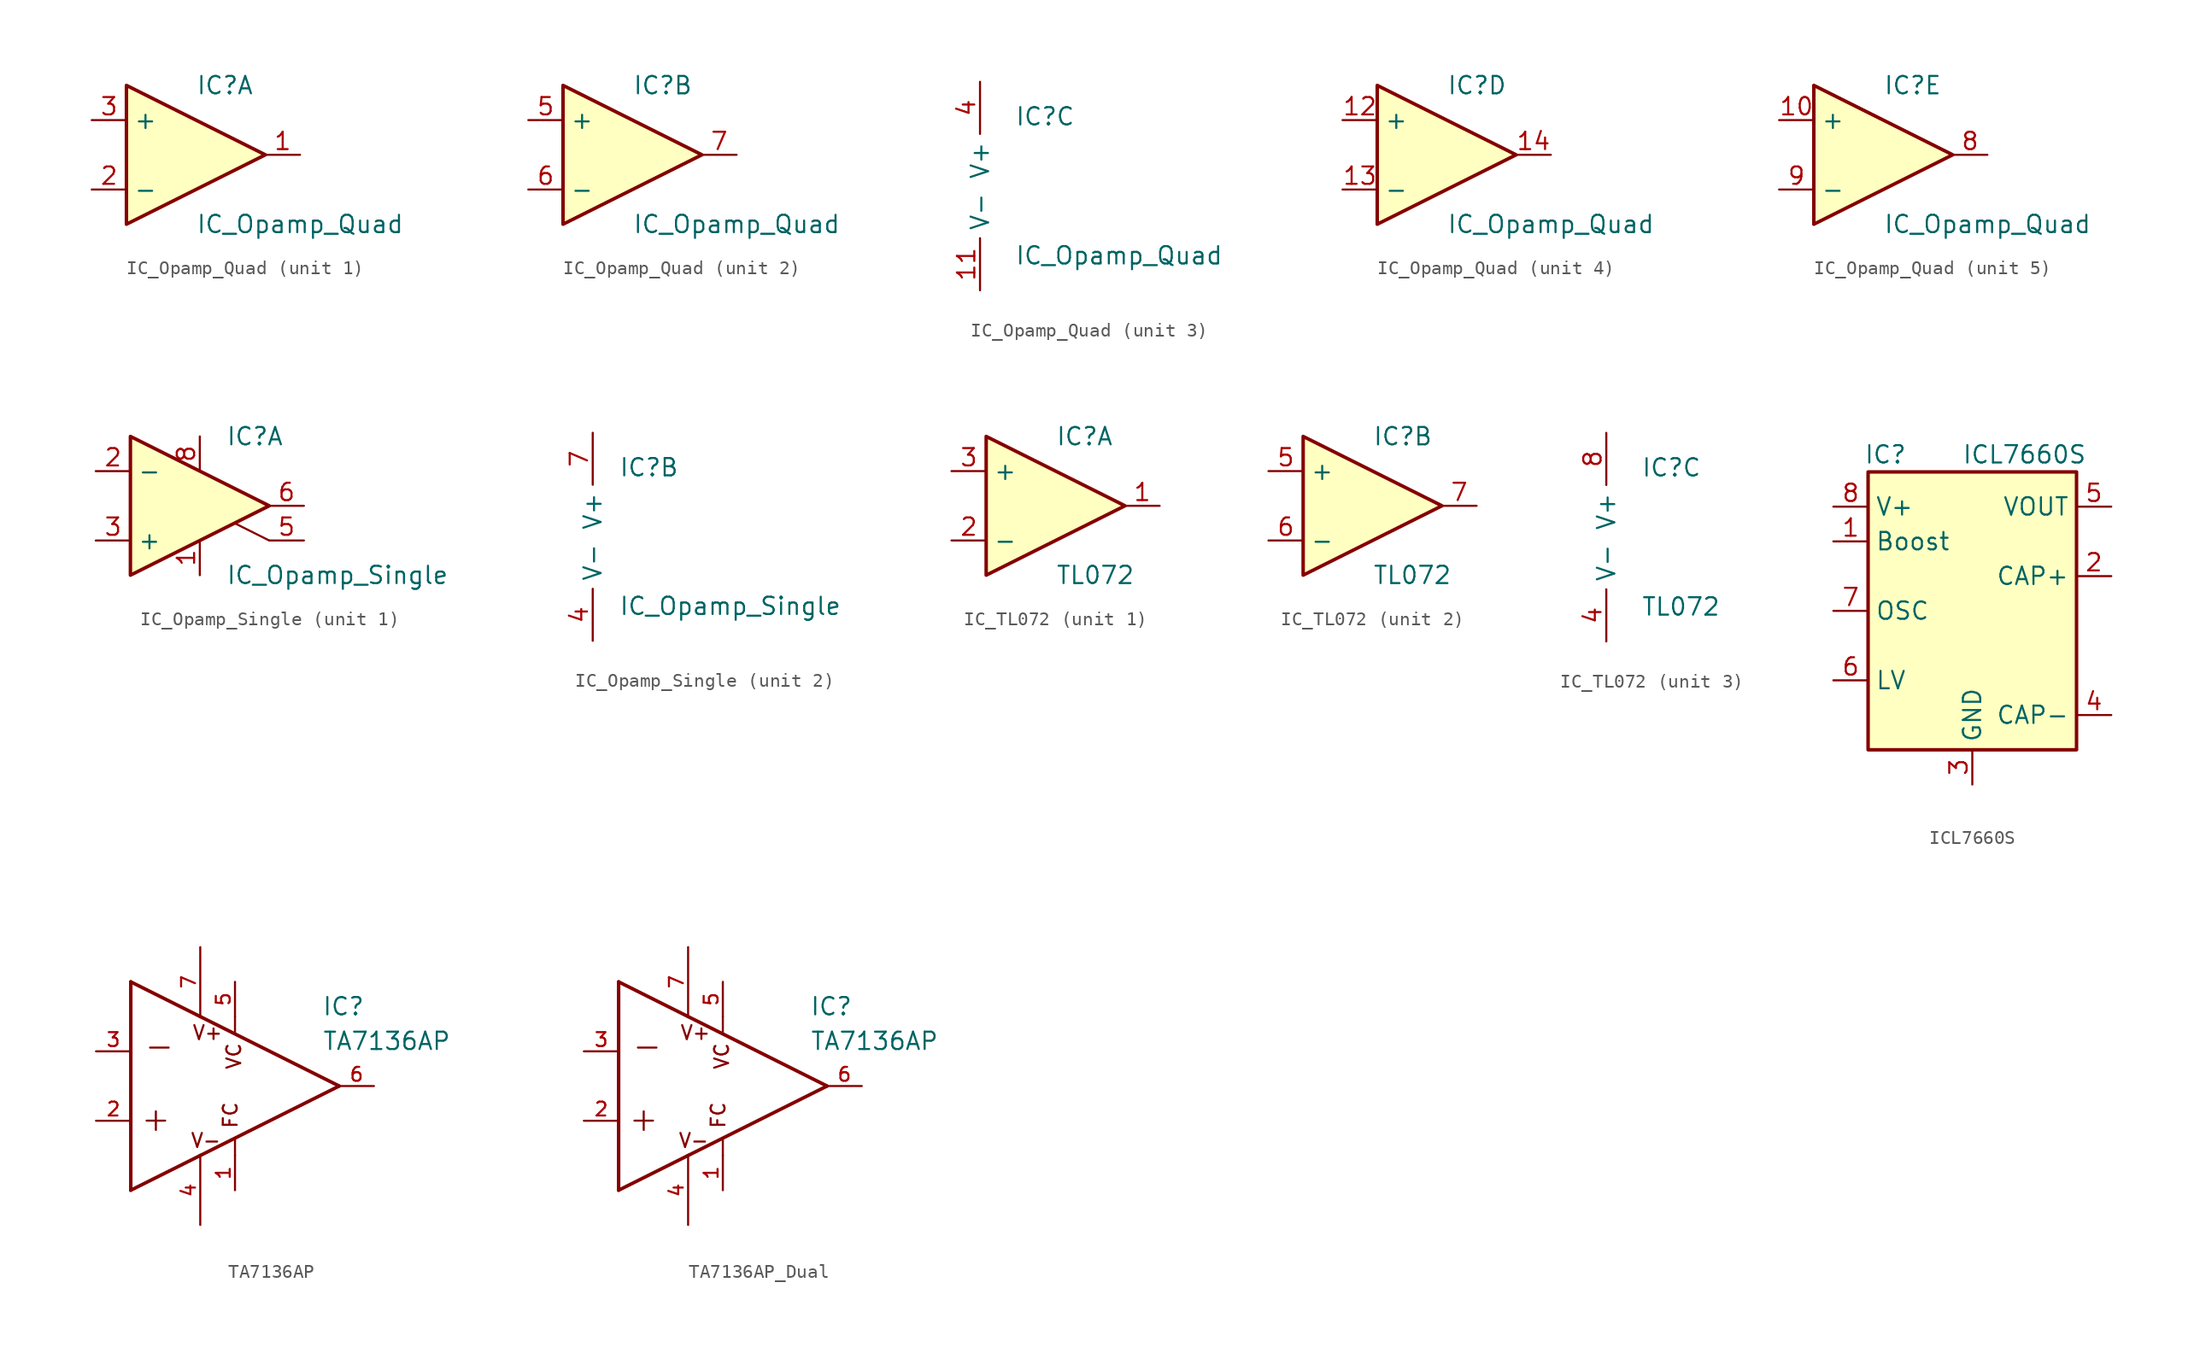
<source format=kicad_sym>
(kicad_symbol_lib
  (version 20241209)
  (generator "kicad_symbol_editor")
  (generator_version "9.0")
  (symbol "IC_Opamp_Quad"
    (property "Reference" "IC"
      (at 0 5.08 0)
      (effects (font (size 1.27 1.27)) (justify left)))
    (property "Value" "IC_Opamp_Quad"
      (at 0 -5.08 0)
      (effects (font (size 1.27 1.27)) (justify left)))
    (property "ki_locked" ""
      (at 0 0 0)
      (effects (font (size 1.27 1.27))))
    (symbol "IC_Opamp_Quad_1_1"
      (polyline (pts (xy -5.08 5.08) (xy 5.08 0) (xy -5.08 -5.08) (xy -5.08 5.08)) (stroke (width 0.254) (type default)) (fill (type background)))
      (pin input line (at -7.62 2.54 0) (length 2.54) (name "+" (effects (font (size 1.27 1.27)))) (number "3" (effects (font (size 1.27 1.27)))))
      (pin input line (at -7.62 -2.54 0) (length 2.54) (name "-" (effects (font (size 1.27 1.27)))) (number "2" (effects (font (size 1.27 1.27)))))
      (pin output line (at 7.62 0 180) (length 2.54) (name "~" (effects (font (size 1.27 1.27)))) (number "1" (effects (font (size 1.27 1.27))))))
    (symbol "IC_Opamp_Quad_2_1"
      (polyline (pts (xy -5.08 5.08) (xy 5.08 0) (xy -5.08 -5.08) (xy -5.08 5.08)) (stroke (width 0.254) (type default)) (fill (type background)))
      (pin input line (at -7.62 2.54 0) (length 2.54) (name "+" (effects (font (size 1.27 1.27)))) (number "5" (effects (font (size 1.27 1.27)))))
      (pin input line (at -7.62 -2.54 0) (length 2.54) (name "-" (effects (font (size 1.27 1.27)))) (number "6" (effects (font (size 1.27 1.27)))))
      (pin output line (at 7.62 0 180) (length 2.54) (name "~" (effects (font (size 1.27 1.27)))) (number "7" (effects (font (size 1.27 1.27))))))
    (symbol "IC_Opamp_Quad_3_1"
      (pin power_in line (at -2.54 7.62 270) (length 3.81) (name "V+" (effects (font (size 1.27 1.27)))) (number "4" (effects (font (size 1.27 1.27)))))
      (pin power_in line (at -2.54 -7.62 90) (length 3.81) (name "V-" (effects (font (size 1.27 1.27)))) (number "11" (effects (font (size 1.27 1.27))))))
    (symbol "IC_Opamp_Quad_4_1"
      (polyline (pts (xy -5.08 5.08) (xy 5.08 0) (xy -5.08 -5.08) (xy -5.08 5.08)) (stroke (width 0.254) (type default)) (fill (type background)))
      (pin input line (at -7.62 2.54 0) (length 2.54) (name "+" (effects (font (size 1.27 1.27)))) (number "12" (effects (font (size 1.27 1.27)))))
      (pin input line (at -7.62 -2.54 0) (length 2.54) (name "-" (effects (font (size 1.27 1.27)))) (number "13" (effects (font (size 1.27 1.27)))))
      (pin output line (at 7.62 0 180) (length 2.54) (name "~" (effects (font (size 1.27 1.27)))) (number "14" (effects (font (size 1.27 1.27))))))
    (symbol "IC_Opamp_Quad_5_1"
      (polyline (pts (xy -5.08 5.08) (xy 5.08 0) (xy -5.08 -5.08) (xy -5.08 5.08)) (stroke (width 0.254) (type default)) (fill (type background)))
      (pin input line (at -7.62 2.54 0) (length 2.54) (name "+" (effects (font (size 1.27 1.27)))) (number "10" (effects (font (size 1.27 1.27)))))
      (pin input line (at -7.62 -2.54 0) (length 2.54) (name "-" (effects (font (size 1.27 1.27)))) (number "9" (effects (font (size 1.27 1.27)))))
      (pin output line (at 7.62 0 180) (length 2.54) (name "~" (effects (font (size 1.27 1.27)))) (number "8" (effects (font (size 1.27 1.27)))))))
  (symbol "IC_Opamp_Single"
    (property "Reference" "IC"
      (at 1.905 5.08 0)
      (effects (font (size 1.27 1.27)) (justify left)))
    (property "Value" "IC_Opamp_Single"
      (at 1.905 -5.08 0)
      (effects (font (size 1.27 1.27)) (justify left)))
    (property "ki_locked" ""
      (at 0 0 0)
      (effects (font (size 1.27 1.27))))
    (symbol "IC_Opamp_Single_1_1"
      (polyline (pts (xy -5.08 5.08) (xy 5.08 0) (xy -5.08 -5.08) (xy -5.08 5.08)) (stroke (width 0.254) (type default)) (fill (type background)))
      (polyline (pts (xy 5.08 -2.54) (xy 2.54 -1.27)) (stroke (width 0) (type default)) (fill (type none)))
      (pin input line (at -7.62 2.54 0) (length 2.54) (name "-" (effects (font (size 1.27 1.27)))) (number "2" (effects (font (size 1.27 1.27)))))
      (pin input line (at -7.62 -2.54 0) (length 2.54) (name "+" (effects (font (size 1.27 1.27)))) (number "3" (effects (font (size 1.27 1.27)))))
      (pin input line (at 0 5.08 270) (length 2.54) (name "~" (effects (font (size 1.27 1.27)))) (number "8" (effects (font (size 1.27 1.27)))))
      (pin input line (at 0 -5.08 90) (length 2.54) (name "" (effects (font (size 1.27 1.27)))) (number "1" (effects (font (size 1.27 1.27)))))
      (pin output line (at 7.62 0 180) (length 2.54) (name "~" (effects (font (size 1.27 1.27)))) (number "6" (effects (font (size 1.27 1.27)))))
      (pin unspecified line (at 7.62 -2.54 180) (length 2.54) (name "~" (effects (font (size 1.27 1.27)))) (number "5" (effects (font (size 1.27 1.27))))))
    (symbol "IC_Opamp_Single_2_1"
      (pin power_in line (at 0 7.62 270) (length 3.81) (name "V+" (effects (font (size 1.27 1.27)))) (number "7" (effects (font (size 1.27 1.27)))))
      (pin power_in line (at 0 -7.62 90) (length 3.81) (name "V-" (effects (font (size 1.27 1.27)))) (number "4" (effects (font (size 1.27 1.27)))))))
  (symbol "IC_TL072"
    (property "Reference" "IC"
      (at 0 5.08 0)
      (effects (font (size 1.27 1.27)) (justify left)))
    (property "Value" "TL072"
      (at 0 -5.08 0)
      (effects (font (size 1.27 1.27)) (justify left)))
    (property "ki_locked" ""
      (at 0 0 0)
      (effects (font (size 1.27 1.27))))
    (symbol "IC_TL072_1_1"
      (polyline (pts (xy -5.08 5.08) (xy 5.08 0) (xy -5.08 -5.08) (xy -5.08 5.08)) (stroke (width 0.254) (type default)) (fill (type background)))
      (pin input line (at -7.62 2.54 0) (length 2.54) (name "+" (effects (font (size 1.27 1.27)))) (number "3" (effects (font (size 1.27 1.27)))))
      (pin input line (at -7.62 -2.54 0) (length 2.54) (name "-" (effects (font (size 1.27 1.27)))) (number "2" (effects (font (size 1.27 1.27)))))
      (pin output line (at 7.62 0 180) (length 2.54) (name "~" (effects (font (size 1.27 1.27)))) (number "1" (effects (font (size 1.27 1.27))))))
    (symbol "IC_TL072_2_1"
      (polyline (pts (xy -5.08 5.08) (xy 5.08 0) (xy -5.08 -5.08) (xy -5.08 5.08)) (stroke (width 0.254) (type default)) (fill (type background)))
      (pin input line (at -7.62 2.54 0) (length 2.54) (name "+" (effects (font (size 1.27 1.27)))) (number "5" (effects (font (size 1.27 1.27)))))
      (pin input line (at -7.62 -2.54 0) (length 2.54) (name "-" (effects (font (size 1.27 1.27)))) (number "6" (effects (font (size 1.27 1.27)))))
      (pin output line (at 7.62 0 180) (length 2.54) (name "~" (effects (font (size 1.27 1.27)))) (number "7" (effects (font (size 1.27 1.27))))))
    (symbol "IC_TL072_3_1"
      (pin power_in line (at -2.54 7.62 270) (length 3.81) (name "V+" (effects (font (size 1.27 1.27)))) (number "8" (effects (font (size 1.27 1.27)))))
      (pin power_in line (at -2.54 -7.62 90) (length 3.81) (name "V-" (effects (font (size 1.27 1.27)))) (number "4" (effects (font (size 1.27 1.27)))))))
  (symbol "ICL7660S"
    (property "Reference" "IC"
      (at -6.35 11.43 0)
      (effects (font (size 1.27 1.27))))
    (property "Value" "ICL7660S"
      (at 3.81 11.43 0)
      (effects (font (size 1.27 1.27))))
    (symbol "ICL7660S_0_1"
      (rectangle (start -7.62 10.16) (end 7.62 -10.16) (stroke (width 0.254) (type default)) (fill (type background))))
    (symbol "ICL7660S_1_1"
      (pin power_in line (at -10.16 7.62 0) (length 2.54) (name "V+" (effects (font (size 1.27 1.27)))) (number "8" (effects (font (size 1.27 1.27)))))
      (pin power_in line (at -10.16 5.08 0) (length 2.54) (name "Boost" (effects (font (size 1.27 1.27)))) (number "1" (effects (font (size 1.27 1.27)))))
      (pin input line (at -10.16 0 0) (length 2.54) (name "OSC" (effects (font (size 1.27 1.27)))) (number "7" (effects (font (size 1.27 1.27)))))
      (pin input line (at -10.16 -5.08 0) (length 2.54) (name "LV" (effects (font (size 1.27 1.27)))) (number "6" (effects (font (size 1.27 1.27)))))
      (pin power_in line (at 0 -12.7 90) (length 2.54) (name "GND" (effects (font (size 1.27 1.27)))) (number "3" (effects (font (size 1.27 1.27)))))
      (pin power_out line (at 10.16 7.62 180) (length 2.54) (name "VOUT" (effects (font (size 1.27 1.27)))) (number "5" (effects (font (size 1.27 1.27)))))
      (pin input line (at 10.16 2.54 180) (length 2.54) (name "CAP+" (effects (font (size 1.27 1.27)))) (number "2" (effects (font (size 1.27 1.27)))))
      (pin input line (at 10.16 -7.62 180) (length 2.54) (name "CAP-" (effects (font (size 1.27 1.27)))) (number "4" (effects (font (size 1.27 1.27)))))))
  (symbol "TA7136AP"
    (pin_names
      (offset 1.016))
    (property "Reference" "IC"
      (at 11.431 5.08 0)
      (effects (font (size 1.27 1.27)) (justify left bottom)))
    (property "Value" "TA7136AP"
      (at 11.45 2.545 0)
      (effects (font (size 1.27 1.27)) (justify left bottom)))
    (symbol "TA7136AP_0_0"
      (polyline (pts (xy -2.54 7.62) (xy -2.54 -7.62)) (stroke (width 0.254) (type default)) (fill (type none)))
      (polyline (pts (xy -2.54 -7.62) (xy 2.54 -5.08)) (stroke (width 0.254) (type default)) (fill (type none)))
      (polyline (pts (xy 2.54 5.08) (xy -2.54 7.62)) (stroke (width 0.254) (type default)) (fill (type none)))
      (polyline (pts (xy 2.54 -5.08) (xy 12.7 0)) (stroke (width 0.254) (type default)) (fill (type none)))
      (polyline (pts (xy 5.08 5.08) (xy 5.08 3.937)) (stroke (width 0.152) (type default)) (fill (type none)))
      (polyline (pts (xy 5.08 -5.08) (xy 5.08 -3.937)) (stroke (width 0.152) (type default)) (fill (type none)))
      (polyline (pts (xy 12.7 0) (xy 2.54 5.08)) (stroke (width 0.254) (type default)) (fill (type none)))
      (text "+" (at -1.909 -3.436 0) (effects (font (size 1.782 1.782)) (justify left bottom)))
      (text "-" (at -1.654 1.908 0) (effects (font (size 1.781 1.781)) (justify left bottom)))
      (text "V-" (at 1.781 -4.58 0) (effects (font (size 1.018 1.018)) (justify left bottom)))
      (text "V+" (at 1.908 3.307 0) (effects (font (size 1.017 1.017)) (justify left bottom)))
      (text "FC" (at 5.336 -3.176 900) (effects (font (size 1.016 1.016)) (justify left bottom)))
      (text "VC" (at 5.59 1.143 900) (effects (font (size 1.016 1.016)) (justify left bottom)))
      (pin input line (at -5.08 2.54 0) (length 2.54) (name "~" (effects (font (size 1.016 1.016)))) (number "3" (effects (font (size 1.016 1.016)))))
      (pin input line (at -5.08 -2.54 0) (length 2.54) (name "~" (effects (font (size 1.016 1.016)))) (number "2" (effects (font (size 1.016 1.016)))))
      (pin power_in line (at 2.54 10.16 270) (length 5.08) (name "~" (effects (font (size 1.016 1.016)))) (number "7" (effects (font (size 1.016 1.016)))))
      (pin power_in line (at 2.54 -10.16 90) (length 5.08) (name "~" (effects (font (size 1.016 1.016)))) (number "4" (effects (font (size 1.016 1.016)))))
      (pin passive line (at 5.08 7.62 270) (length 2.54) (name "~" (effects (font (size 1.016 1.016)))) (number "5" (effects (font (size 1.016 1.016)))))
      (pin passive line (at 5.08 -7.62 90) (length 2.54) (name "~" (effects (font (size 1.016 1.016)))) (number "1" (effects (font (size 1.016 1.016)))))
      (pin output line (at 15.24 0 180) (length 2.54) (name "~" (effects (font (size 1.016 1.016)))) (number "6" (effects (font (size 1.016 1.016)))))))
  (symbol "TA7136AP_Dual"
    (pin_names
      (offset 1.016))
    (property "Reference" "IC"
      (at 11.431 5.08 0)
      (effects (font (size 1.27 1.27)) (justify left bottom)))
    (property "Value" "TA7136AP"
      (at 11.45 2.545 0)
      (effects (font (size 1.27 1.27)) (justify left bottom)))
    (symbol "TA7136AP_Dual_0_0"
      (polyline (pts (xy -2.54 7.62) (xy -2.54 -7.62)) (stroke (width 0.254) (type default)) (fill (type none)))
      (polyline (pts (xy -2.54 -7.62) (xy 2.54 -5.08)) (stroke (width 0.254) (type default)) (fill (type none)))
      (polyline (pts (xy 2.54 5.08) (xy -2.54 7.62)) (stroke (width 0.254) (type default)) (fill (type none)))
      (polyline (pts (xy 2.54 -5.08) (xy 12.7 0)) (stroke (width 0.254) (type default)) (fill (type none)))
      (polyline (pts (xy 5.08 5.08) (xy 5.08 3.937)) (stroke (width 0.152) (type default)) (fill (type none)))
      (polyline (pts (xy 5.08 -5.08) (xy 5.08 -3.937)) (stroke (width 0.152) (type default)) (fill (type none)))
      (polyline (pts (xy 12.7 0) (xy 2.54 5.08)) (stroke (width 0.254) (type default)) (fill (type none)))
      (text "+" (at -1.909 -3.436 0) (effects (font (size 1.782 1.782)) (justify left bottom)))
      (text "-" (at -1.654 1.908 0) (effects (font (size 1.781 1.781)) (justify left bottom)))
      (text "V-" (at 1.781 -4.58 0) (effects (font (size 1.018 1.018)) (justify left bottom)))
      (text "V+" (at 1.908 3.307 0) (effects (font (size 1.017 1.017)) (justify left bottom)))
      (text "FC" (at 5.336 -3.176 900) (effects (font (size 1.016 1.016)) (justify left bottom)))
      (text "VC" (at 5.59 1.143 900) (effects (font (size 1.016 1.016)) (justify left bottom)))
      (pin input line (at -5.08 2.54 0) (length 2.54) (name "~" (effects (font (size 1.016 1.016)))) (number "3" (effects (font (size 1.016 1.016)))))
      (pin input line (at -5.08 -2.54 0) (length 2.54) (name "~" (effects (font (size 1.016 1.016)))) (number "2" (effects (font (size 1.016 1.016)))))
      (pin power_in line (at 2.54 10.16 270) (length 5.08) (name "~" (effects (font (size 1.016 1.016)))) (number "7" (effects (font (size 1.016 1.016)))))
      (pin power_in line (at 2.54 -10.16 90) (length 5.08) (name "~" (effects (font (size 1.016 1.016)))) (number "4" (effects (font (size 1.016 1.016)))))
      (pin passive line (at 5.08 7.62 270) (length 2.54) (name "~" (effects (font (size 1.016 1.016)))) (number "5" (effects (font (size 1.016 1.016)))))
      (pin passive line (at 5.08 -7.62 90) (length 2.54) (name "~" (effects (font (size 1.016 1.016)))) (number "1" (effects (font (size 1.016 1.016)))))
      (pin output line (at 15.24 0 180) (length 2.54) (name "~" (effects (font (size 1.016 1.016)))) (number "6" (effects (font (size 1.016 1.016))))))))
</source>
